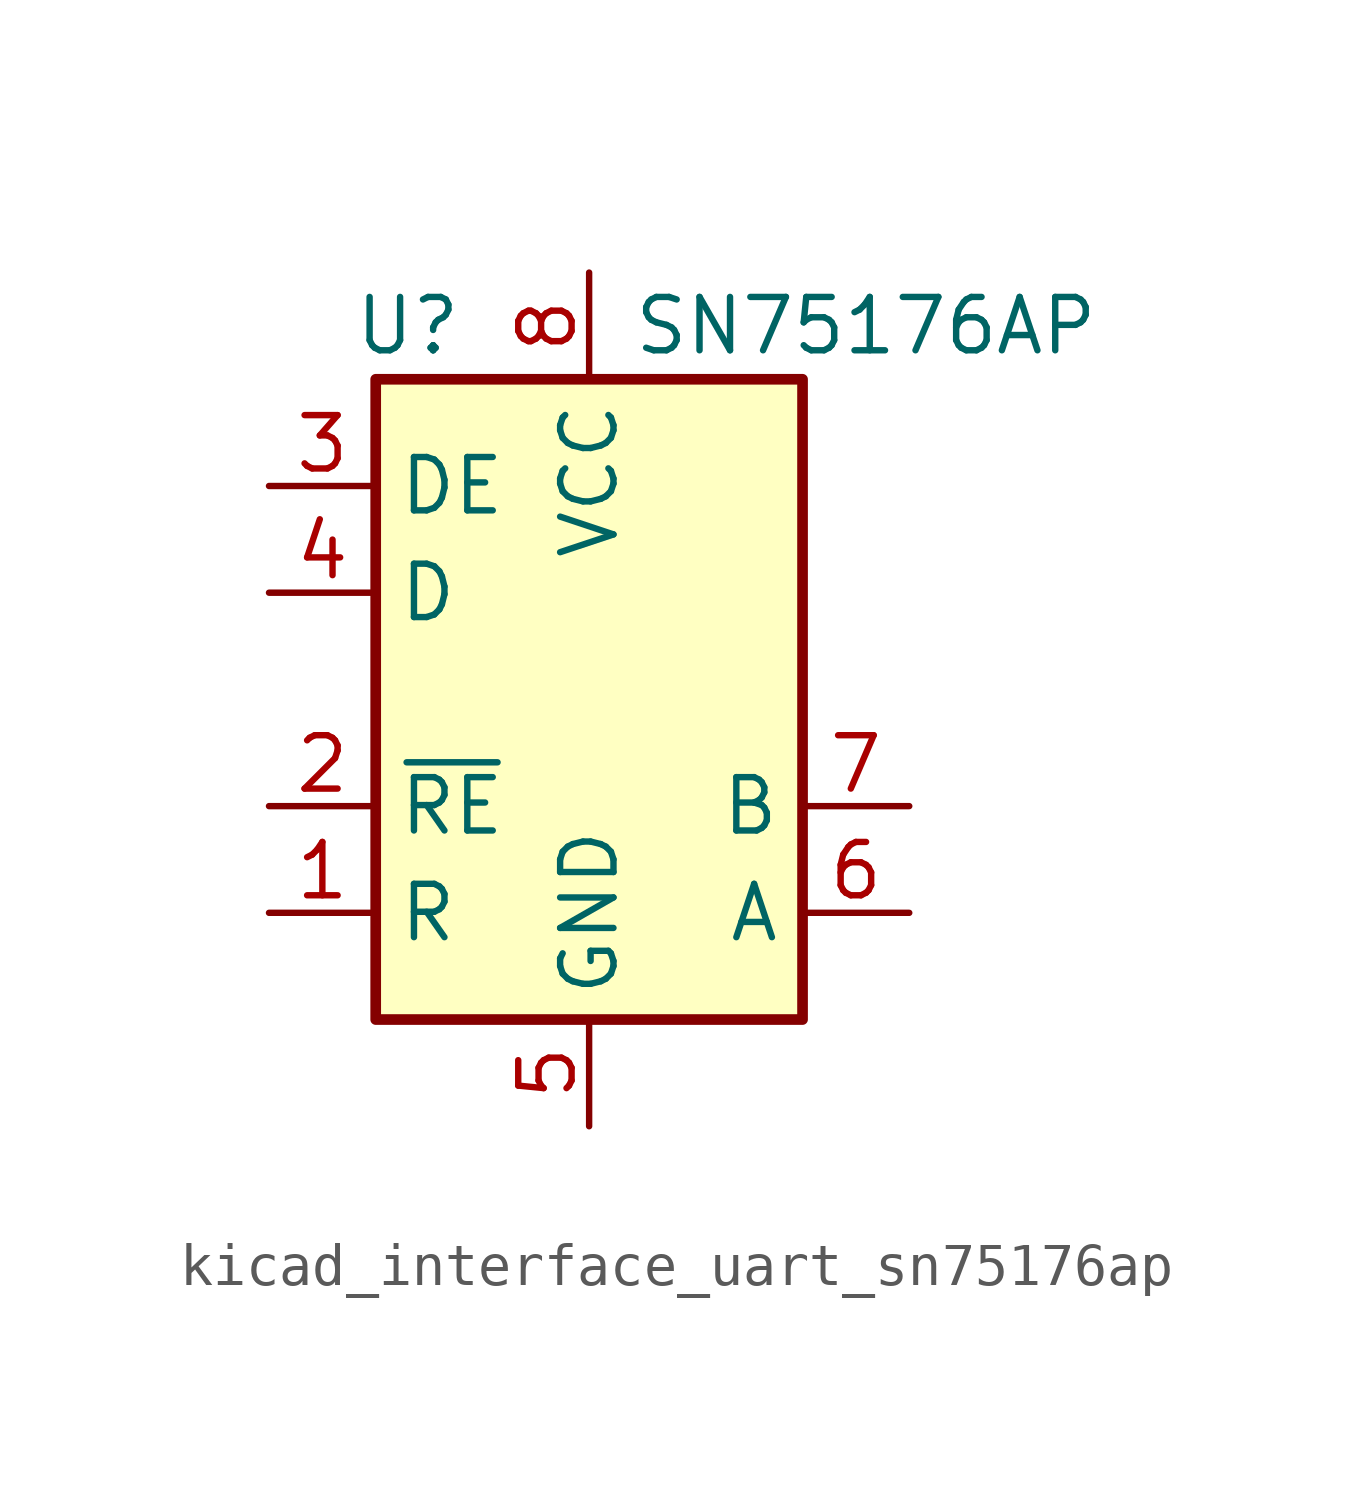
<source format=kicad_sym>
(kicad_symbol_lib
  (version 20220914)
  (generator kicad_symbol_editor)
  (symbol "kicad_interface_uart_sn75176ap"
    (property "Reference" "U"
      (at -4.318 8.89 0)
      (effects (font (size 1.27 1.27))))
    (property "Value" "SN75176AP"
      (at 1.016 8.89 0)
      (effects (font (size 1.27 1.27)) (justify left)))
    (symbol "kicad_interface_uart_sn75176ap_0_1"
      (rectangle (start -5.08 7.62) (end 5.08 -7.62) (stroke (width 0.254) (type default)) (fill (type background))))
    (symbol "kicad_interface_uart_sn75176ap_1_1"
      (pin output line (at -7.62 -5.08 0) (length 2.54) (name "R" (effects (font (size 1.27 1.27)))) (number "1" (effects (font (size 1.27 1.27)))))
      (pin input line (at -7.62 -2.54 0) (length 2.54) (name "~{RE}" (effects (font (size 1.27 1.27)))) (number "2" (effects (font (size 1.27 1.27)))))
      (pin input line (at -7.62 5.08 0) (length 2.54) (name "DE" (effects (font (size 1.27 1.27)))) (number "3" (effects (font (size 1.27 1.27)))))
      (pin input line (at -7.62 2.54 0) (length 2.54) (name "D" (effects (font (size 1.27 1.27)))) (number "4" (effects (font (size 1.27 1.27)))))
      (pin power_in line (at 0 -10.16 90) (length 2.54) (name "GND" (effects (font (size 1.27 1.27)))) (number "5" (effects (font (size 1.27 1.27)))))
      (pin bidirectional line (at 7.62 -5.08 180) (length 2.54) (name "A" (effects (font (size 1.27 1.27)))) (number "6" (effects (font (size 1.27 1.27)))))
      (pin bidirectional line (at 7.62 -2.54 180) (length 2.54) (name "B" (effects (font (size 1.27 1.27)))) (number "7" (effects (font (size 1.27 1.27)))))
      (pin power_in line (at 0 10.16 270) (length 2.54) (name "VCC" (effects (font (size 1.27 1.27)))) (number "8" (effects (font (size 1.27 1.27))))))))
</source>
